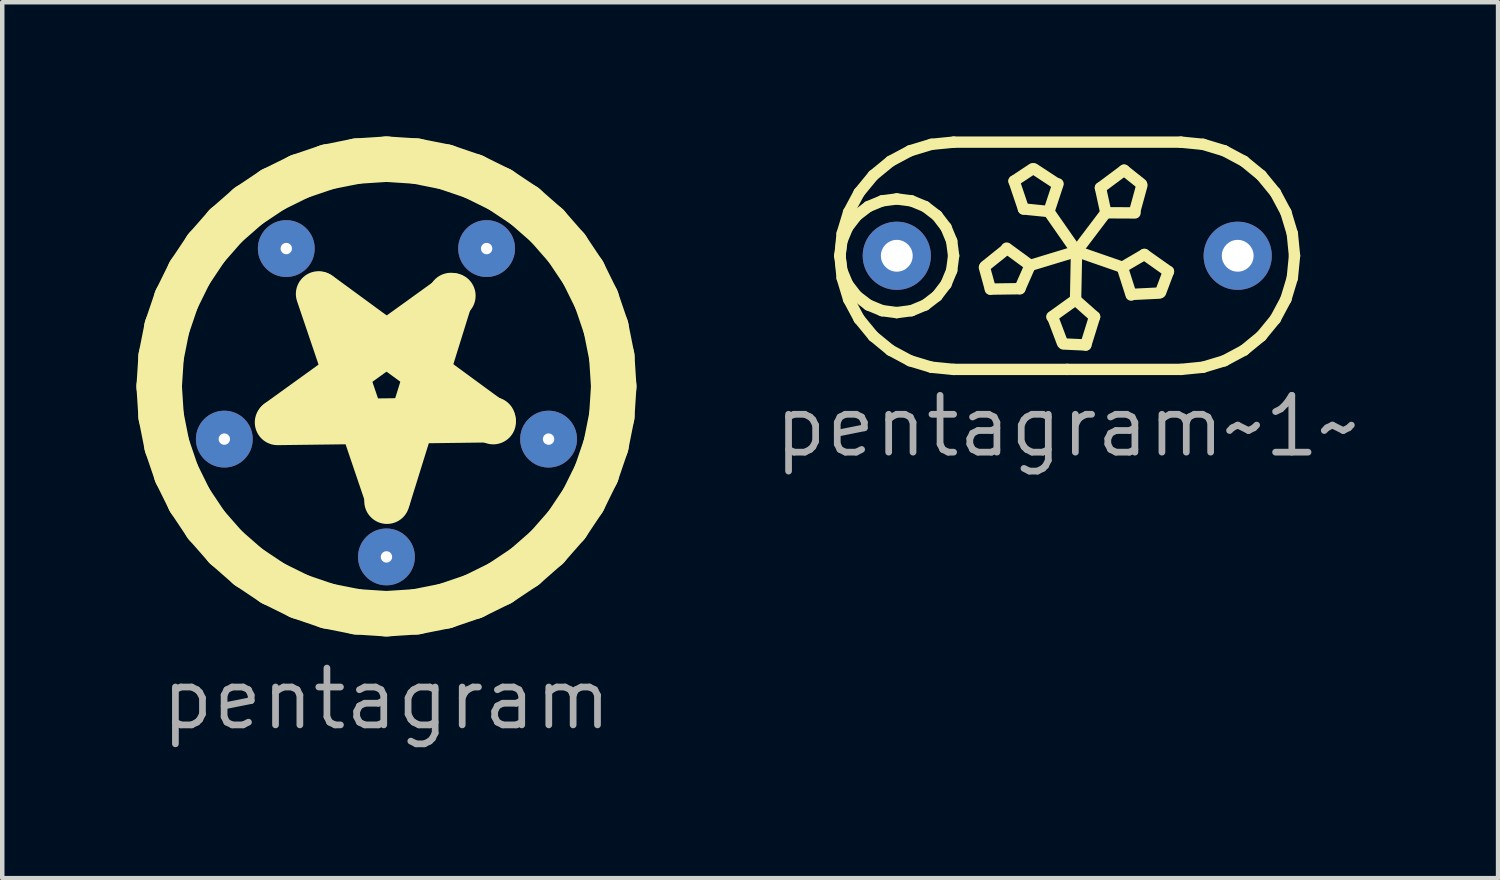
<source format=kicad_pcb>
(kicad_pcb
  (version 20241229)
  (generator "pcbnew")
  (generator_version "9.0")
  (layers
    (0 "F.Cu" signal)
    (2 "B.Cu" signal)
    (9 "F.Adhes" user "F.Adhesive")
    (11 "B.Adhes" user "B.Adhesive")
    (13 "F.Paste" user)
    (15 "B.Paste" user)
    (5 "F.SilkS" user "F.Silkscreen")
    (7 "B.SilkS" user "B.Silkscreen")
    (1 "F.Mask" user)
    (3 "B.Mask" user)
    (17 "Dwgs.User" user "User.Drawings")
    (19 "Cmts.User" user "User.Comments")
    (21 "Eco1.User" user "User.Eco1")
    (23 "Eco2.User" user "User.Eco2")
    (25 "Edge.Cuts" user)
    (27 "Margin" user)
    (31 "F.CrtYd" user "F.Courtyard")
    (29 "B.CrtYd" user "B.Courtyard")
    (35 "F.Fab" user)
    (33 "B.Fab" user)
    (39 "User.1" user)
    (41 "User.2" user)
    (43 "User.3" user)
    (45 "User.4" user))
  (footprint "pentagram~1~"
    (layer "F.Cu")
    (at 16.995 2.667)
    (property "Reference" "pentagram~1~" (at 3.81 3.81 0) (layer "F.Fab") (effects (font (size 1.27 1.27) (thickness 0.15))))
    (attr through_hole)
    (fp_line (start -1.27 0) (end -1.227 -0.329) (stroke (width 0.254) (type default)) (layer "F.SilkS"))
    (fp_line (start -1.27 0) (end -1.221 -0.496) (stroke (width 0.254) (type default)) (layer "F.SilkS"))
    (fp_line (start -1.227 -0.329) (end -1.1 -0.635) (stroke (width 0.254) (type default)) (layer "F.SilkS"))
    (fp_line (start -1.227 0.329) (end -1.27 0) (stroke (width 0.254) (type default)) (layer "F.SilkS"))
    (fp_line (start -1.221 -0.496) (end -1.077 -0.972) (stroke (width 0.254) (type default)) (layer "F.SilkS"))
    (fp_line (start -1.221 0.496) (end -1.27 0) (stroke (width 0.254) (type default)) (layer "F.SilkS"))
    (fp_line (start -1.1 -0.635) (end -0.898 -0.898) (stroke (width 0.254) (type default)) (layer "F.SilkS"))
    (fp_line (start -1.1 0.635) (end -1.227 0.329) (stroke (width 0.254) (type default)) (layer "F.SilkS"))
    (fp_line (start -1.077 -0.972) (end -0.842 -1.411) (stroke (width 0.254) (type default)) (layer "F.SilkS"))
    (fp_line (start -1.077 0.972) (end -1.221 0.496) (stroke (width 0.254) (type default)) (layer "F.SilkS"))
    (fp_line (start -0.898 -0.898) (end -0.635 -1.1) (stroke (width 0.254) (type default)) (layer "F.SilkS"))
    (fp_line (start -0.898 0.898) (end -1.1 0.635) (stroke (width 0.254) (type default)) (layer "F.SilkS"))
    (fp_line (start -0.842 -1.411) (end -0.526 -1.796) (stroke (width 0.254) (type default)) (layer "F.SilkS"))
    (fp_line (start -0.842 1.411) (end -1.077 0.972) (stroke (width 0.254) (type default)) (layer "F.SilkS"))
    (fp_line (start -0.635 -1.1) (end -0.329 -1.227) (stroke (width 0.254) (type default)) (layer "F.SilkS"))
    (fp_line (start -0.635 1.1) (end -0.898 0.898) (stroke (width 0.254) (type default)) (layer "F.SilkS"))
    (fp_line (start -0.526 -1.796) (end -0.141 -2.112) (stroke (width 0.254) (type default)) (layer "F.SilkS"))
    (fp_line (start -0.526 1.796) (end -0.842 1.411) (stroke (width 0.254) (type default)) (layer "F.SilkS"))
    (fp_line (start -0.329 -1.227) (end 0 -1.27) (stroke (width 0.254) (type default)) (layer "F.SilkS"))
    (fp_line (start -0.329 1.227) (end -0.635 1.1) (stroke (width 0.254) (type default)) (layer "F.SilkS"))
    (fp_line (start -0.141 -2.112) (end 0.298 -2.347) (stroke (width 0.254) (type default)) (layer "F.SilkS"))
    (fp_line (start -0.141 2.112) (end -0.526 1.796) (stroke (width 0.254) (type default)) (layer "F.SilkS"))
    (fp_line (start 0 -1.27) (end 0.329 -1.227) (stroke (width 0.254) (type default)) (layer "F.SilkS"))
    (fp_line (start 0 1.27) (end -0.329 1.227) (stroke (width 0.254) (type default)) (layer "F.SilkS"))
    (fp_line (start 0.298 -2.347) (end 0.774 -2.491) (stroke (width 0.254) (type default)) (layer "F.SilkS"))
    (fp_line (start 0.298 2.347) (end -0.141 2.112) (stroke (width 0.254) (type default)) (layer "F.SilkS"))
    (fp_line (start 0.329 -1.227) (end 0.635 -1.1) (stroke (width 0.254) (type default)) (layer "F.SilkS"))
    (fp_line (start 0.329 1.227) (end 0 1.27) (stroke (width 0.254) (type default)) (layer "F.SilkS"))
    (fp_line (start 0.635 -1.1) (end 0.898 -0.898) (stroke (width 0.254) (type default)) (layer "F.SilkS"))
    (fp_line (start 0.635 1.1) (end 0.329 1.227) (stroke (width 0.254) (type default)) (layer "F.SilkS"))
    (fp_line (start 0.774 -2.491) (end 1.27 -2.54) (stroke (width 0.254) (type default)) (layer "F.SilkS"))
    (fp_line (start 0.774 2.491) (end 0.298 2.347) (stroke (width 0.254) (type default)) (layer "F.SilkS"))
    (fp_line (start 0.898 -0.898) (end 1.1 -0.635) (stroke (width 0.254) (type default)) (layer "F.SilkS"))
    (fp_line (start 0.898 0.898) (end 0.635 1.1) (stroke (width 0.254) (type default)) (layer "F.SilkS"))
    (fp_line (start 1.1 -0.635) (end 1.227 -0.329) (stroke (width 0.254) (type default)) (layer "F.SilkS"))
    (fp_line (start 1.1 0.635) (end 0.898 0.898) (stroke (width 0.254) (type default)) (layer "F.SilkS"))
    (fp_line (start 1.227 -0.329) (end 1.27 0) (stroke (width 0.254) (type default)) (layer "F.SilkS"))
    (fp_line (start 1.227 0.329) (end 1.1 0.635) (stroke (width 0.254) (type default)) (layer "F.SilkS"))
    (fp_line (start 1.27 -2.54) (end 6.35 -2.54) (stroke (width 0.254) (type default)) (layer "F.SilkS"))
    (fp_line (start 1.27 0) (end 1.227 0.329) (stroke (width 0.254) (type default)) (layer "F.SilkS"))
    (fp_line (start 1.27 2.54) (end 0.774 2.491) (stroke (width 0.254) (type default)) (layer "F.SilkS"))
    (fp_line (start 1.973 0.234) (end 2.461 -0.157) (stroke (width 0.254) (type default)) (layer "F.SilkS"))
    (fp_line (start 2.092 0.745) (end 1.959 0.262) (stroke (width 0.254) (type default)) (layer "F.SilkS"))
    (fp_line (start 2.456 -0.171) (end 2.937 0.182) (stroke (width 0.254) (type default)) (layer "F.SilkS"))
    (fp_line (start 2.621 -1.67) (end 3.038 -1.946) (stroke (width 0.254) (type default)) (layer "F.SilkS"))
    (fp_line (start 2.751 0.736) (end 2.092 0.745) (stroke (width 0.254) (type default)) (layer "F.SilkS"))
    (fp_line (start 2.832 -1.046) (end 2.621 -1.67) (stroke (width 0.254) (type default)) (layer "F.SilkS"))
    (fp_line (start 2.98 0.216) (end 2.751 0.736) (stroke (width 0.254) (type default)) (layer "F.SilkS"))
    (fp_line (start 3.07 -1.941) (end 3.592 -1.598) (stroke (width 0.254) (type default)) (layer "F.SilkS"))
    (fp_line (start 3.398 -0.989) (end 2.832 -1.046) (stroke (width 0.254) (type default)) (layer "F.SilkS"))
    (fp_line (start 3.466 1.364) (end 3.951 1.016) (stroke (width 0.254) (type default)) (layer "F.SilkS"))
    (fp_line (start 3.604 -1.607) (end 3.417 -1.04) (stroke (width 0.254) (type default)) (layer "F.SilkS"))
    (fp_line (start 3.702 1.948) (end 3.481 1.364) (stroke (width 0.254) (type default)) (layer "F.SilkS"))
    (fp_line (start 3.81 2.54) (end 1.27 2.54) (stroke (width 0.254) (type default)) (layer "F.SilkS"))
    (fp_line (start 3.996 0.986) (end 4.421 1.364) (stroke (width 0.254) (type default)) (layer "F.SilkS"))
    (fp_line (start 4.018 -0.099) (end 2.98 0.216) (stroke (width 0.254) (type default)) (layer "F.SilkS"))
    (fp_line (start 4.018 -0.099) (end 3.398 -0.989) (stroke (width 0.254) (type default)) (layer "F.SilkS"))
    (fp_line (start 4.018 -0.099) (end 3.996 0.986) (stroke (width 0.254) (type default)) (layer "F.SilkS"))
    (fp_line (start 4.018 -0.099) (end 4.673 -0.964) (stroke (width 0.254) (type default)) (layer "F.SilkS"))
    (fp_line (start 4.018 -0.099) (end 5.043 0.257) (stroke (width 0.254) (type default)) (layer "F.SilkS"))
    (fp_line (start 4.225 1.994) (end 3.725 1.971) (stroke (width 0.254) (type default)) (layer "F.SilkS"))
    (fp_line (start 4.421 1.364) (end 4.225 1.994) (stroke (width 0.254) (type default)) (layer "F.SilkS"))
    (fp_line (start 4.552 -1.519) (end 5.081 -1.913) (stroke (width 0.254) (type default)) (layer "F.SilkS"))
    (fp_line (start 4.673 -0.964) (end 4.552 -1.519) (stroke (width 0.254) (type default)) (layer "F.SilkS"))
    (fp_line (start 5.043 0.257) (end 5.534 -0.03) (stroke (width 0.254) (type default)) (layer "F.SilkS"))
    (fp_line (start 5.081 -1.913) (end 5.472 -1.601) (stroke (width 0.254) (type default)) (layer "F.SilkS"))
    (fp_line (start 5.239 0.878) (end 5.057 0.309) (stroke (width 0.254) (type default)) (layer "F.SilkS"))
    (fp_line (start 5.324 -0.958) (end 4.727 -0.961) (stroke (width 0.254) (type default)) (layer "F.SilkS"))
    (fp_line (start 5.477 -1.569) (end 5.312 -0.967) (stroke (width 0.254) (type default)) (layer "F.SilkS"))
    (fp_line (start 5.534 -0.03) (end 6.072 0.351) (stroke (width 0.254) (type default)) (layer "F.SilkS"))
    (fp_line (start 5.867 0.834) (end 5.244 0.864) (stroke (width 0.254) (type default)) (layer "F.SilkS"))
    (fp_line (start 6.072 0.351) (end 5.896 0.819) (stroke (width 0.254) (type default)) (layer "F.SilkS"))
    (fp_line (start 6.35 -2.54) (end 6.846 -2.491) (stroke (width 0.254) (type default)) (layer "F.SilkS"))
    (fp_line (start 6.35 2.54) (end 3.81 2.54) (stroke (width 0.254) (type default)) (layer "F.SilkS"))
    (fp_line (start 6.846 -2.491) (end 7.322 -2.347) (stroke (width 0.254) (type default)) (layer "F.SilkS"))
    (fp_line (start 6.846 2.491) (end 6.35 2.54) (stroke (width 0.254) (type default)) (layer "F.SilkS"))
    (fp_line (start 7.322 -2.347) (end 7.761 -2.112) (stroke (width 0.254) (type default)) (layer "F.SilkS"))
    (fp_line (start 7.322 2.347) (end 6.846 2.491) (stroke (width 0.254) (type default)) (layer "F.SilkS"))
    (fp_line (start 7.761 -2.112) (end 8.146 -1.796) (stroke (width 0.254) (type default)) (layer "F.SilkS"))
    (fp_line (start 7.761 2.112) (end 7.322 2.347) (stroke (width 0.254) (type default)) (layer "F.SilkS"))
    (fp_line (start 8.146 -1.796) (end 8.462 -1.411) (stroke (width 0.254) (type default)) (layer "F.SilkS"))
    (fp_line (start 8.146 1.796) (end 7.761 2.112) (stroke (width 0.254) (type default)) (layer "F.SilkS"))
    (fp_line (start 8.462 -1.411) (end 8.697 -0.972) (stroke (width 0.254) (type default)) (layer "F.SilkS"))
    (fp_line (start 8.462 1.411) (end 8.146 1.796) (stroke (width 0.254) (type default)) (layer "F.SilkS"))
    (fp_line (start 8.697 -0.972) (end 8.841 -0.496) (stroke (width 0.254) (type default)) (layer "F.SilkS"))
    (fp_line (start 8.697 0.972) (end 8.462 1.411) (stroke (width 0.254) (type default)) (layer "F.SilkS"))
    (fp_line (start 8.841 -0.496) (end 8.89 0) (stroke (width 0.254) (type default)) (layer "F.SilkS"))
    (fp_line (start 8.841 0.496) (end 8.697 0.972) (stroke (width 0.254) (type default)) (layer "F.SilkS"))
    (fp_line (start 8.89 0) (end 8.841 0.496) (stroke (width 0.254) (type default)) (layer "F.SilkS"))
    (pad "1" thru_hole circle (at 7.62 0) (size 1.524 1.524) (drill 0.711) (layers "*.Cu" "*.Mask"))
    (pad "2" thru_hole circle (at 0 0) (size 1.524 1.524) (drill 0.711) (layers "*.Cu" "*.Mask")))
  (footprint "pentagram"
    (layer "F.Cu")
    (at 5.588 5.588)
    (property "Reference" "pentagram" (at 0 6.985 0) (layer "F.Fab") (effects (font (size 1.27 1.27) (thickness 0.15))))
    (attr through_hole)
    (fp_line (start -5.08 0) (end -5.037 -0.663) (stroke (width 1.016) (type default)) (layer "F.SilkS"))
    (fp_line (start -5.037 -0.663) (end -4.907 -1.315) (stroke (width 1.016) (type default)) (layer "F.SilkS"))
    (fp_line (start -5.037 0.663) (end -5.08 0) (stroke (width 1.016) (type default)) (layer "F.SilkS"))
    (fp_line (start -4.907 -1.315) (end -4.693 -1.944) (stroke (width 1.016) (type default)) (layer "F.SilkS"))
    (fp_line (start -4.907 1.315) (end -5.037 0.663) (stroke (width 1.016) (type default)) (layer "F.SilkS"))
    (fp_line (start -4.693 -1.944) (end -4.399 -2.54) (stroke (width 1.016) (type default)) (layer "F.SilkS"))
    (fp_line (start -4.693 1.944) (end -4.907 1.315) (stroke (width 1.016) (type default)) (layer "F.SilkS"))
    (fp_line (start -4.399 -2.54) (end -4.03 -3.092) (stroke (width 1.016) (type default)) (layer "F.SilkS"))
    (fp_line (start -4.399 2.54) (end -4.693 1.944) (stroke (width 1.016) (type default)) (layer "F.SilkS"))
    (fp_line (start -4.03 -3.092) (end -3.592 -3.592) (stroke (width 1.016) (type default)) (layer "F.SilkS"))
    (fp_line (start -4.03 3.093) (end -4.399 2.54) (stroke (width 1.016) (type default)) (layer "F.SilkS"))
    (fp_line (start -3.592 -3.592) (end -3.092 -4.03) (stroke (width 1.016) (type default)) (layer "F.SilkS"))
    (fp_line (start -3.592 3.592) (end -4.03 3.093) (stroke (width 1.016) (type default)) (layer "F.SilkS"))
    (fp_line (start -3.092 -4.03) (end -2.54 -4.399) (stroke (width 1.016) (type default)) (layer "F.SilkS"))
    (fp_line (start -3.092 4.03) (end -3.592 3.592) (stroke (width 1.016) (type default)) (layer "F.SilkS"))
    (fp_line (start -2.54 -4.399) (end -1.944 -4.693) (stroke (width 1.016) (type default)) (layer "F.SilkS"))
    (fp_line (start -2.54 4.399) (end -3.092 4.03) (stroke (width 1.016) (type default)) (layer "F.SilkS"))
    (fp_line (start -2.435 0.804) (end 2.378 0.743) (stroke (width 1.016) (type default)) (layer "F.SilkS"))
    (fp_line (start -2.416 0.785) (end 1.485 -2.027) (stroke (width 1.016) (type default)) (layer "F.SilkS"))
    (fp_line (start -1.944 -4.693) (end -1.315 -4.907) (stroke (width 1.016) (type default)) (layer "F.SilkS"))
    (fp_line (start -1.944 4.693) (end -2.54 4.399) (stroke (width 1.016) (type default)) (layer "F.SilkS"))
    (fp_line (start -1.517 -2.068) (end 0.029 2.491) (stroke (width 1.016) (type default)) (layer "F.SilkS"))
    (fp_line (start -1.493 -2.055) (end 2.387 0.786) (stroke (width 1.016) (type default)) (layer "F.SilkS"))
    (fp_line (start -1.315 -4.907) (end -0.663 -5.037) (stroke (width 1.016) (type default)) (layer "F.SilkS"))
    (fp_line (start -1.315 4.907) (end -1.944 4.693) (stroke (width 1.016) (type default)) (layer "F.SilkS"))
    (fp_line (start -0.663 -5.037) (end 0 -5.08) (stroke (width 1.016) (type default)) (layer "F.SilkS"))
    (fp_line (start -0.663 5.037) (end -1.315 4.907) (stroke (width 1.016) (type default)) (layer "F.SilkS"))
    (fp_line (start 0 -5.08) (end 0.663 -5.037) (stroke (width 1.016) (type default)) (layer "F.SilkS"))
    (fp_line (start 0 2.54) (end -1.469 -2.038) (stroke (width 0.254) (type default)) (layer "F.SilkS"))
    (fp_line (start 0 5.08) (end -0.663 5.037) (stroke (width 1.016) (type default)) (layer "F.SilkS"))
    (fp_line (start 0.012 2.565) (end 1.441 -2.033) (stroke (width 1.016) (type default)) (layer "F.SilkS"))
    (fp_line (start 0.663 -5.037) (end 1.315 -4.907) (stroke (width 1.016) (type default)) (layer "F.SilkS"))
    (fp_line (start 0.663 5.037) (end 0 5.08) (stroke (width 1.016) (type default)) (layer "F.SilkS"))
    (fp_line (start 1.315 -4.907) (end 1.944 -4.693) (stroke (width 1.016) (type default)) (layer "F.SilkS"))
    (fp_line (start 1.315 4.907) (end 0.663 5.037) (stroke (width 1.016) (type default)) (layer "F.SilkS"))
    (fp_line (start 1.493 -2.055) (end -0.01 2.513) (stroke (width 0.254) (type default)) (layer "F.SilkS"))
    (fp_line (start 1.498 -2.082) (end -2.361 0.797) (stroke (width 0.254) (type default)) (layer "F.SilkS"))
    (fp_line (start 1.944 -4.693) (end 2.54 -4.399) (stroke (width 1.016) (type default)) (layer "F.SilkS"))
    (fp_line (start 1.944 4.693) (end 1.315 4.907) (stroke (width 1.016) (type default)) (layer "F.SilkS"))
    (fp_line (start 2.416 0.785) (end -2.393 0.767) (stroke (width 0.254) (type default)) (layer "F.SilkS"))
    (fp_line (start 2.443 0.781) (end -1.488 -1.999) (stroke (width 0.254) (type default)) (layer "F.SilkS"))
    (fp_line (start 2.54 -4.399) (end 3.093 -4.03) (stroke (width 1.016) (type default)) (layer "F.SilkS"))
    (fp_line (start 2.54 4.399) (end 1.944 4.693) (stroke (width 1.016) (type default)) (layer "F.SilkS"))
    (fp_line (start 3.093 -4.03) (end 3.592 -3.592) (stroke (width 1.016) (type default)) (layer "F.SilkS"))
    (fp_line (start 3.093 4.03) (end 2.54 4.399) (stroke (width 1.016) (type default)) (layer "F.SilkS"))
    (fp_line (start 3.592 -3.592) (end 4.03 -3.092) (stroke (width 1.016) (type default)) (layer "F.SilkS"))
    (fp_line (start 3.592 3.592) (end 3.093 4.03) (stroke (width 1.016) (type default)) (layer "F.SilkS"))
    (fp_line (start 4.03 -3.092) (end 4.399 -2.54) (stroke (width 1.016) (type default)) (layer "F.SilkS"))
    (fp_line (start 4.03 3.093) (end 3.592 3.592) (stroke (width 1.016) (type default)) (layer "F.SilkS"))
    (fp_line (start 4.399 -2.54) (end 4.693 -1.944) (stroke (width 1.016) (type default)) (layer "F.SilkS"))
    (fp_line (start 4.399 2.54) (end 4.03 3.093) (stroke (width 1.016) (type default)) (layer "F.SilkS"))
    (fp_line (start 4.693 -1.944) (end 4.907 -1.315) (stroke (width 1.016) (type default)) (layer "F.SilkS"))
    (fp_line (start 4.693 1.944) (end 4.399 2.54) (stroke (width 1.016) (type default)) (layer "F.SilkS"))
    (fp_line (start 4.907 -1.315) (end 5.037 -0.663) (stroke (width 1.016) (type default)) (layer "F.SilkS"))
    (fp_line (start 4.907 1.315) (end 4.693 1.944) (stroke (width 1.016) (type default)) (layer "F.SilkS"))
    (fp_line (start 5.037 -0.663) (end 5.08 0) (stroke (width 1.016) (type default)) (layer "F.SilkS"))
    (fp_line (start 5.037 0.663) (end 4.907 1.315) (stroke (width 1.016) (type default)) (layer "F.SilkS"))
    (fp_line (start 5.08 0) (end 5.037 0.663) (stroke (width 1.016) (type default)) (layer "F.SilkS"))
    (pad "1" thru_hole circle (at 0 3.81) (size 1.27 1.27) (drill 0.254) (layers "*.Cu" "*.Mask"))
    (pad "2" thru_hole circle (at 3.624 1.177) (size 1.27 1.27) (drill 0.254) (layers "*.Cu" "*.Mask"))
    (pad "3" thru_hole circle (at -3.624 1.177) (size 1.27 1.27) (drill 0.254) (layers "*.Cu" "*.Mask"))
    (pad "4" thru_hole circle (at -2.239 -3.082) (size 1.27 1.27) (drill 0.254) (layers "*.Cu" "*.Mask"))
    (pad "5" thru_hole circle (at 2.239 -3.082) (size 1.27 1.27) (drill 0.254) (layers "*.Cu" "*.Mask")))
  (gr_rect
    (start -3 -3)
    (end 30.435 16.579)
    (stroke (width 0.1) (type default))
    (fill no)
    (layer "Edge.Cuts")))
</source>
